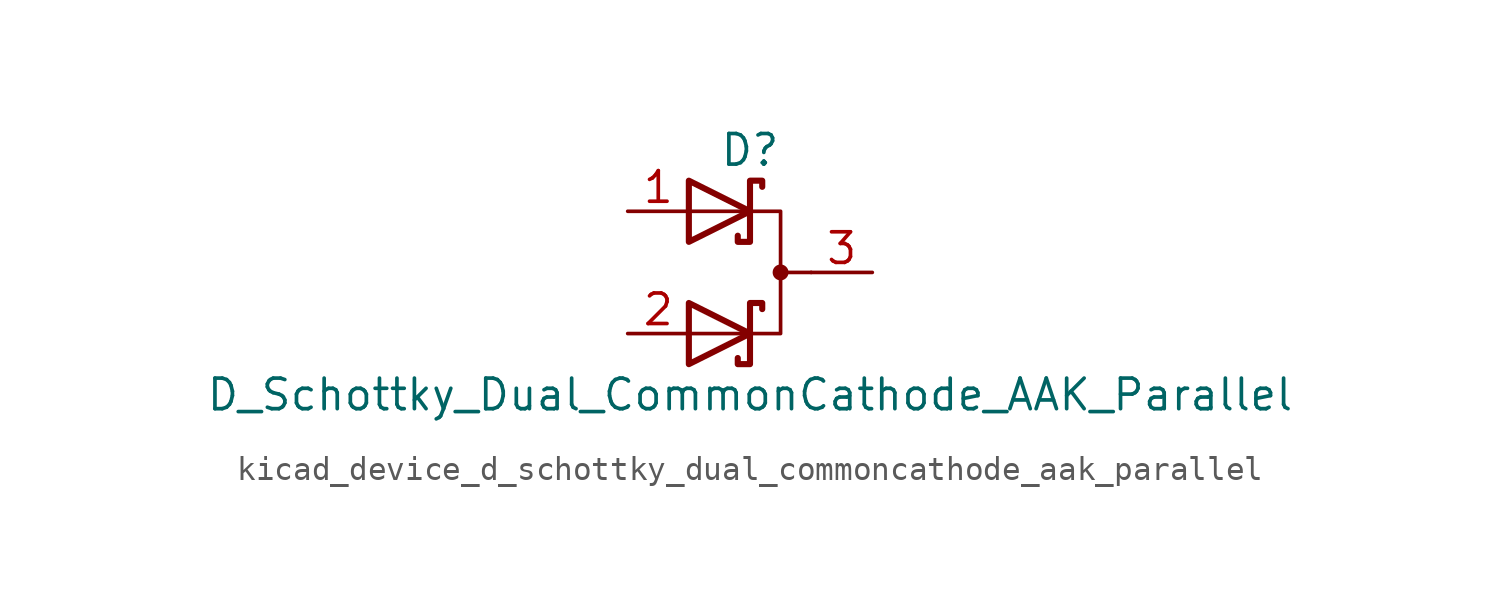
<source format=kicad_sym>
(kicad_symbol_lib
  (version 20220914)
  (generator kicad_symbol_editor)
  (symbol "kicad_device_d_schottky_dual_commoncathode_aak_parallel"
    (pin_names
      (offset 0.762) hide)
    (property "Reference" "D"
      (at 0 5.08 0)
      (effects (font (size 1.27 1.27))))
    (property "Value" "D_Schottky_Dual_CommonCathode_AAK_Parallel"
      (at 0 -5.08 0)
      (effects (font (size 1.27 1.27))))
    (symbol "kicad_device_d_schottky_dual_commoncathode_aak_parallel_0_1"
      (polyline (pts (xy 1.27 0) (xy 2.54 0)) (stroke (width 0) (type default)) (fill (type none)))
      (polyline (pts (xy -2.54 -2.54) (xy 1.27 -2.54) (xy 1.27 2.54) (xy -2.54 2.54)) (stroke (width 0) (type default)) (fill (type none)))
      (polyline (pts (xy -2.54 -1.27) (xy 0 -2.54) (xy -2.54 -3.81) (xy -2.54 -1.27) (xy -2.54 -1.27) (xy -2.54 -1.27)) (stroke (width 0.254) (type default)) (fill (type none)))
      (polyline (pts (xy -2.54 3.81) (xy 0 2.54) (xy -2.54 1.27) (xy -2.54 3.81) (xy -2.54 3.81) (xy -2.54 3.81)) (stroke (width 0.254) (type default)) (fill (type none)))
      (polyline (pts (xy 0.508 -1.524) (xy 0.508 -1.27) (xy 0 -1.27) (xy 0 -3.81) (xy -0.508 -3.81) (xy -0.508 -3.556)) (stroke (width 0.254) (type default)) (fill (type none)))
      (polyline (pts (xy 0.508 3.556) (xy 0.508 3.81) (xy 0 3.81) (xy 0 1.27) (xy -0.508 1.27) (xy -0.508 1.524)) (stroke (width 0.254) (type default)) (fill (type none)))
      (circle (center 1.27 0) (radius 0.254) (stroke (width 0) (type default)) (fill (type outline)))
      (pin passive line (at -5.08 2.54 0) (length 2.54) (name "K" (effects (font (size 1.27 1.27)))) (number "1" (effects (font (size 1.27 1.27)))))
      (pin passive line (at -5.08 -2.54 0) (length 2.54) (name "K" (effects (font (size 1.27 1.27)))) (number "2" (effects (font (size 1.27 1.27)))))
      (pin passive line (at 5.08 0 180) (length 2.54) (name "A" (effects (font (size 1.27 1.27)))) (number "3" (effects (font (size 1.27 1.27))))))))
</source>
